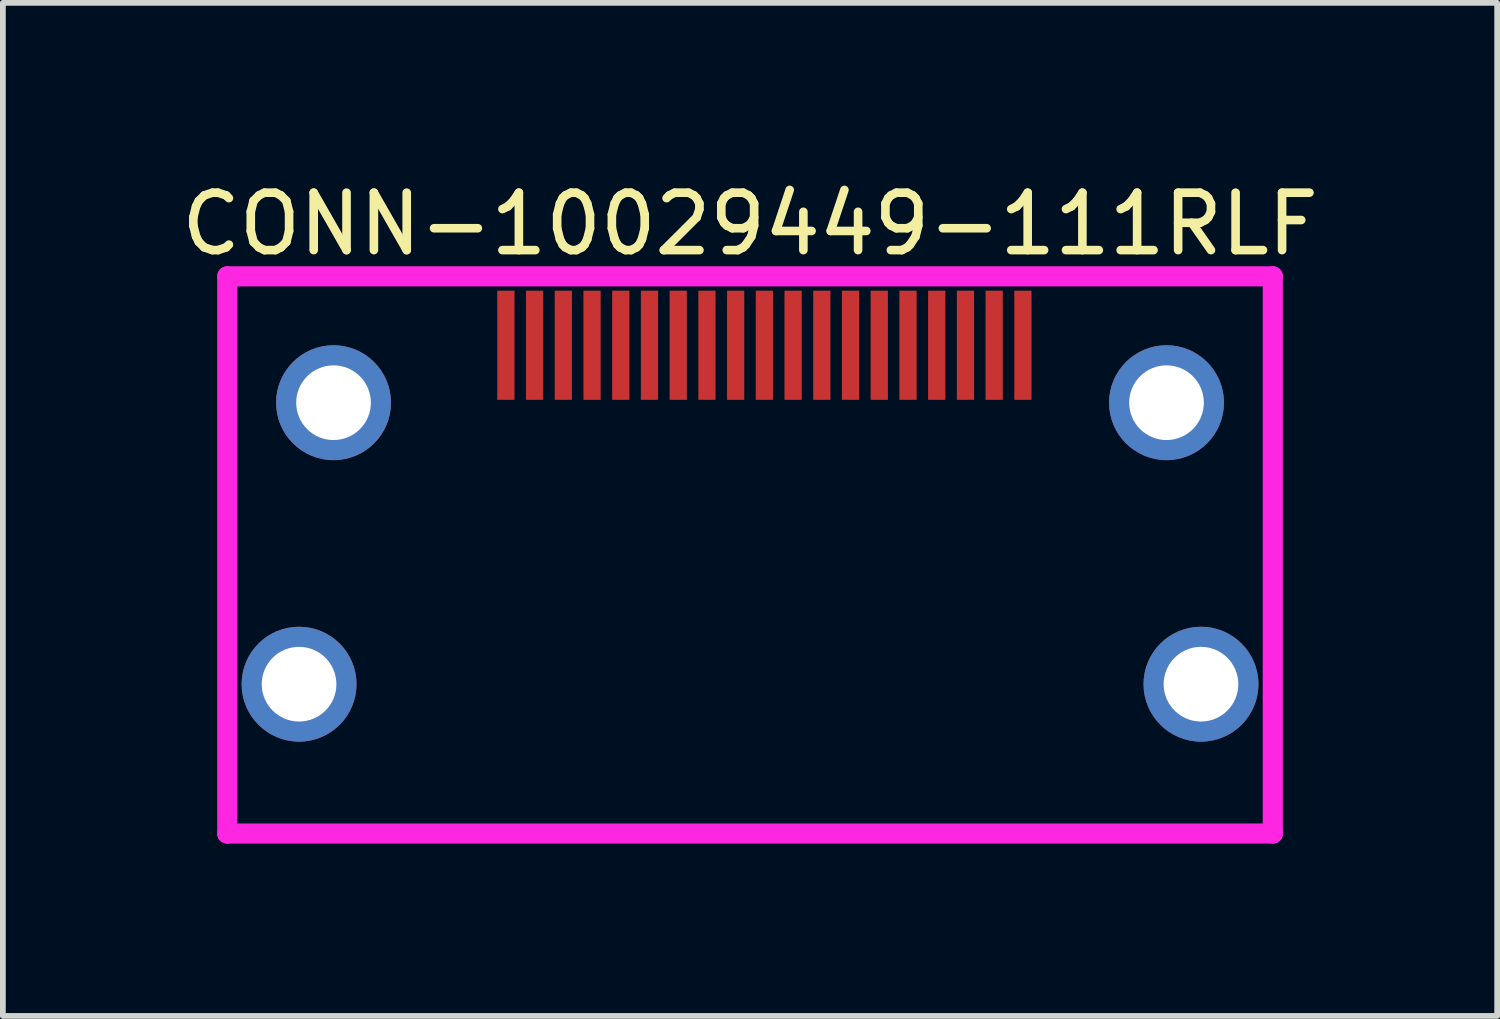
<source format=kicad_pcb>
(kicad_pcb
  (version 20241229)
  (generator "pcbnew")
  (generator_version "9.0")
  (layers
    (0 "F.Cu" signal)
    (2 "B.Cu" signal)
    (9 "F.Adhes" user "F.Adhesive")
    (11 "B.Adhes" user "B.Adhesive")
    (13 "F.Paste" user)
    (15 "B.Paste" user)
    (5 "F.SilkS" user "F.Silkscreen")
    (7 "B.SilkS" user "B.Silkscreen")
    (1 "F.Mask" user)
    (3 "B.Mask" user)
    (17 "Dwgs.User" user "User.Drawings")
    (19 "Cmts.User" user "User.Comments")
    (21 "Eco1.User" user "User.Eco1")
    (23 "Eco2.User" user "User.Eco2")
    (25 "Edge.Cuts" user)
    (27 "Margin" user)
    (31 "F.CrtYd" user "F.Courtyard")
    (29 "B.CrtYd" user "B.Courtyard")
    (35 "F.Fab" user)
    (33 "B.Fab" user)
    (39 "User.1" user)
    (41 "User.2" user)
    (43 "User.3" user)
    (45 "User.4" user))
  (footprint "CONN-10029449-111RLF"
    (layer "F.Cu")
    (at 10.006 3.96)
    (property "Reference" "CONN-10029449-111RLF" (at 0 -3.111 0) (layer "F.SilkS") (effects (font (size 1 1) (thickness 0.15))))
    (attr smd)
    (fp_line (start -5 -1.75) (end -4.75 -1.5) (stroke (width 0.35) (type solid)) (layer "B.Paste"))
    (fp_line (start -5 -1.25) (end -5 -1.75) (stroke (width 0.35) (type solid)) (layer "B.Paste"))
    (fp_line (start -4.75 -1.5) (end -5 -1.25) (stroke (width 0.35) (type solid)) (layer "B.Paste"))
    (fp_line (start -9.1 -2.2) (end 9.1 -2.2) (stroke (width 0.35) (type solid)) (layer "F.CrtYd"))
    (fp_line (start -9.1 7.5) (end -9.1 -2.2) (stroke (width 0.35) (type solid)) (layer "F.CrtYd"))
    (fp_line (start 9.1 -2.2) (end 9.1 7.5) (stroke (width 0.35) (type solid)) (layer "F.CrtYd"))
    (fp_line (start 9.1 7.5) (end -9.1 7.5) (stroke (width 0.35) (type solid)) (layer "F.CrtYd"))
    (pad "0" thru_hole circle (at -7.85 4.9) (size 2 2) (drill 1.3) (layers "*.Cu" "*.Mask" "F.Paste"))
    (pad "0" thru_hole circle (at -7.25 0) (size 2 2) (drill 1.3) (layers "*.Cu" "*.Mask" "F.Paste"))
    (pad "0" thru_hole circle (at 7.25 0) (size 2 2) (drill 1.3) (layers "*.Cu" "*.Mask" "F.Paste"))
    (pad "0" thru_hole circle (at 7.85 4.9) (size 2 2) (drill 1.3) (layers "*.Cu" "*.Mask" "F.Paste"))
    (pad "1" smd rect (at 4.75 -1) (size 0.3 1.9) (layers "F.Cu" "F.Mask" "F.Paste"))
    (pad "2" smd rect (at 4.25 -1) (size 0.3 1.9) (layers "F.Cu" "F.Mask" "F.Paste"))
    (pad "3" smd rect (at 3.75 -1) (size 0.3 1.9) (layers "F.Cu" "F.Mask" "F.Paste"))
    (pad "4" smd rect (at 3.25 -1) (size 0.3 1.9) (layers "F.Cu" "F.Mask" "F.Paste"))
    (pad "5" smd rect (at 2.75 -1) (size 0.3 1.9) (layers "F.Cu" "F.Mask" "F.Paste"))
    (pad "6" smd rect (at 2.25 -1) (size 0.3 1.9) (layers "F.Cu" "F.Mask" "F.Paste"))
    (pad "7" smd rect (at 1.75 -1) (size 0.3 1.9) (layers "F.Cu" "F.Mask" "F.Paste"))
    (pad "8" smd rect (at 1.25 -1) (size 0.3 1.9) (layers "F.Cu" "F.Mask" "F.Paste"))
    (pad "9" smd rect (at 0.75 -1) (size 0.3 1.9) (layers "F.Cu" "F.Mask" "F.Paste"))
    (pad "10" smd rect (at 0.25 -1) (size 0.3 1.9) (layers "F.Cu" "F.Mask" "F.Paste"))
    (pad "11" smd rect (at -0.25 -1) (size 0.3 1.9) (layers "F.Cu" "F.Mask" "F.Paste"))
    (pad "12" smd rect (at -0.75 -1) (size 0.3 1.9) (layers "F.Cu" "F.Mask" "F.Paste"))
    (pad "13" smd rect (at -1.25 -1) (size 0.3 1.9) (layers "F.Cu" "F.Mask" "F.Paste"))
    (pad "14" smd rect (at -1.75 -1) (size 0.3 1.9) (layers "F.Cu" "F.Mask" "F.Paste"))
    (pad "15" smd rect (at -2.25 -1) (size 0.3 1.9) (layers "F.Cu" "F.Mask" "F.Paste"))
    (pad "16" smd rect (at -2.75 -1) (size 0.3 1.9) (layers "F.Cu" "F.Mask" "F.Paste"))
    (pad "17" smd rect (at -3.25 -1) (size 0.3 1.9) (layers "F.Cu" "F.Mask" "F.Paste"))
    (pad "18" smd rect (at -3.75 -1) (size 0.3 1.9) (layers "F.Cu" "F.Mask" "F.Paste"))
    (pad "19" smd rect (at -4.25 -1) (size 0.3 1.9) (layers "F.Cu" "F.Mask" "F.Paste")))
  (gr_rect
    (start -3 -3)
    (end 23.012 14.635)
    (stroke (width 0.1) (type default))
    (fill no)
    (layer "Edge.Cuts")))
</source>
